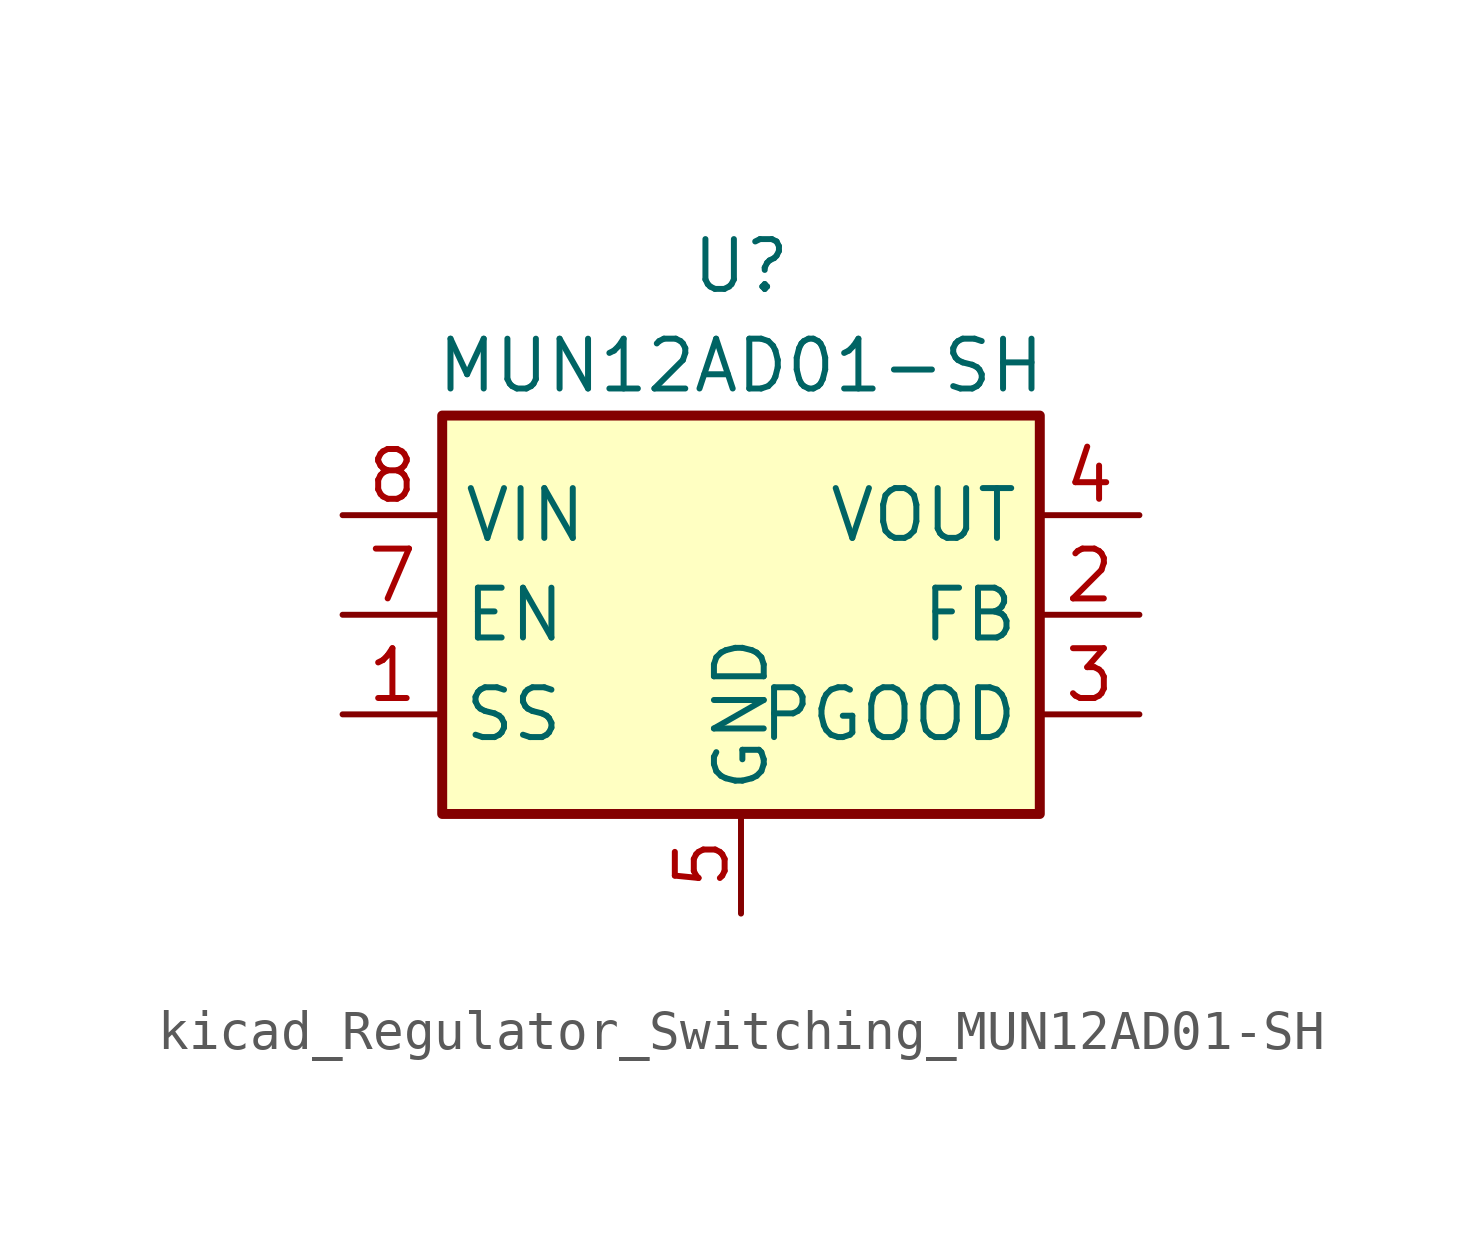
<source format=kicad_sym>
(kicad_symbol_lib
  (version 20220914)
  (generator kicad_symbol_editor)
  (symbol "kicad_Regulator_Switching_MUN12AD01-SH"
    (property "Reference" "U"
      (at 0 8.89 0)
      (effects (font (size 1.27 1.27))))
    (property "Value" "MUN12AD01-SH"
      (at 0 6.35 0)
      (effects (font (size 1.27 1.27))))
    (symbol "kicad_Regulator_Switching_MUN12AD01-SH_0_1"
      (rectangle (start -7.62 5.08) (end 7.62 -5.08) (stroke (width 0.254) (type default)) (fill (type background))))
    (symbol "kicad_Regulator_Switching_MUN12AD01-SH_1_1"
      (pin input line (at -10.16 -2.54 0) (length 2.54) (name "SS" (effects (font (size 1.27 1.27)))) (number "1" (effects (font (size 1.27 1.27)))))
      (pin input line (at 10.16 0 180) (length 2.54) (name "FB" (effects (font (size 1.27 1.27)))) (number "2" (effects (font (size 1.27 1.27)))))
      (pin open_collector line (at 10.16 -2.54 180) (length 2.54) (name "PGOOD" (effects (font (size 1.27 1.27)))) (number "3" (effects (font (size 1.27 1.27)))))
      (pin power_out line (at 10.16 2.54 180) (length 2.54) (name "VOUT" (effects (font (size 1.27 1.27)))) (number "4" (effects (font (size 1.27 1.27)))))
      (pin power_in line (at 0 -7.62 90) (length 2.54) (name "GND" (effects (font (size 1.27 1.27)))) (number "5" (effects (font (size 1.27 1.27)))))
      (pin no_connect line (at -2.54 -5.08 90) (length 2.54) hide (name "NC" (effects (font (size 1.27 1.27)))) (number "6" (effects (font (size 1.27 1.27)))))
      (pin input line (at -10.16 0 0) (length 2.54) (name "EN" (effects (font (size 1.27 1.27)))) (number "7" (effects (font (size 1.27 1.27)))))
      (pin power_in line (at -10.16 2.54 0) (length 2.54) (name "VIN" (effects (font (size 1.27 1.27)))) (number "8" (effects (font (size 1.27 1.27)))))
      (pin passive line (at 0 -7.62 90) (length 2.54) hide (name "GND" (effects (font (size 1.27 1.27)))) (number "9" (effects (font (size 1.27 1.27))))))))
</source>
